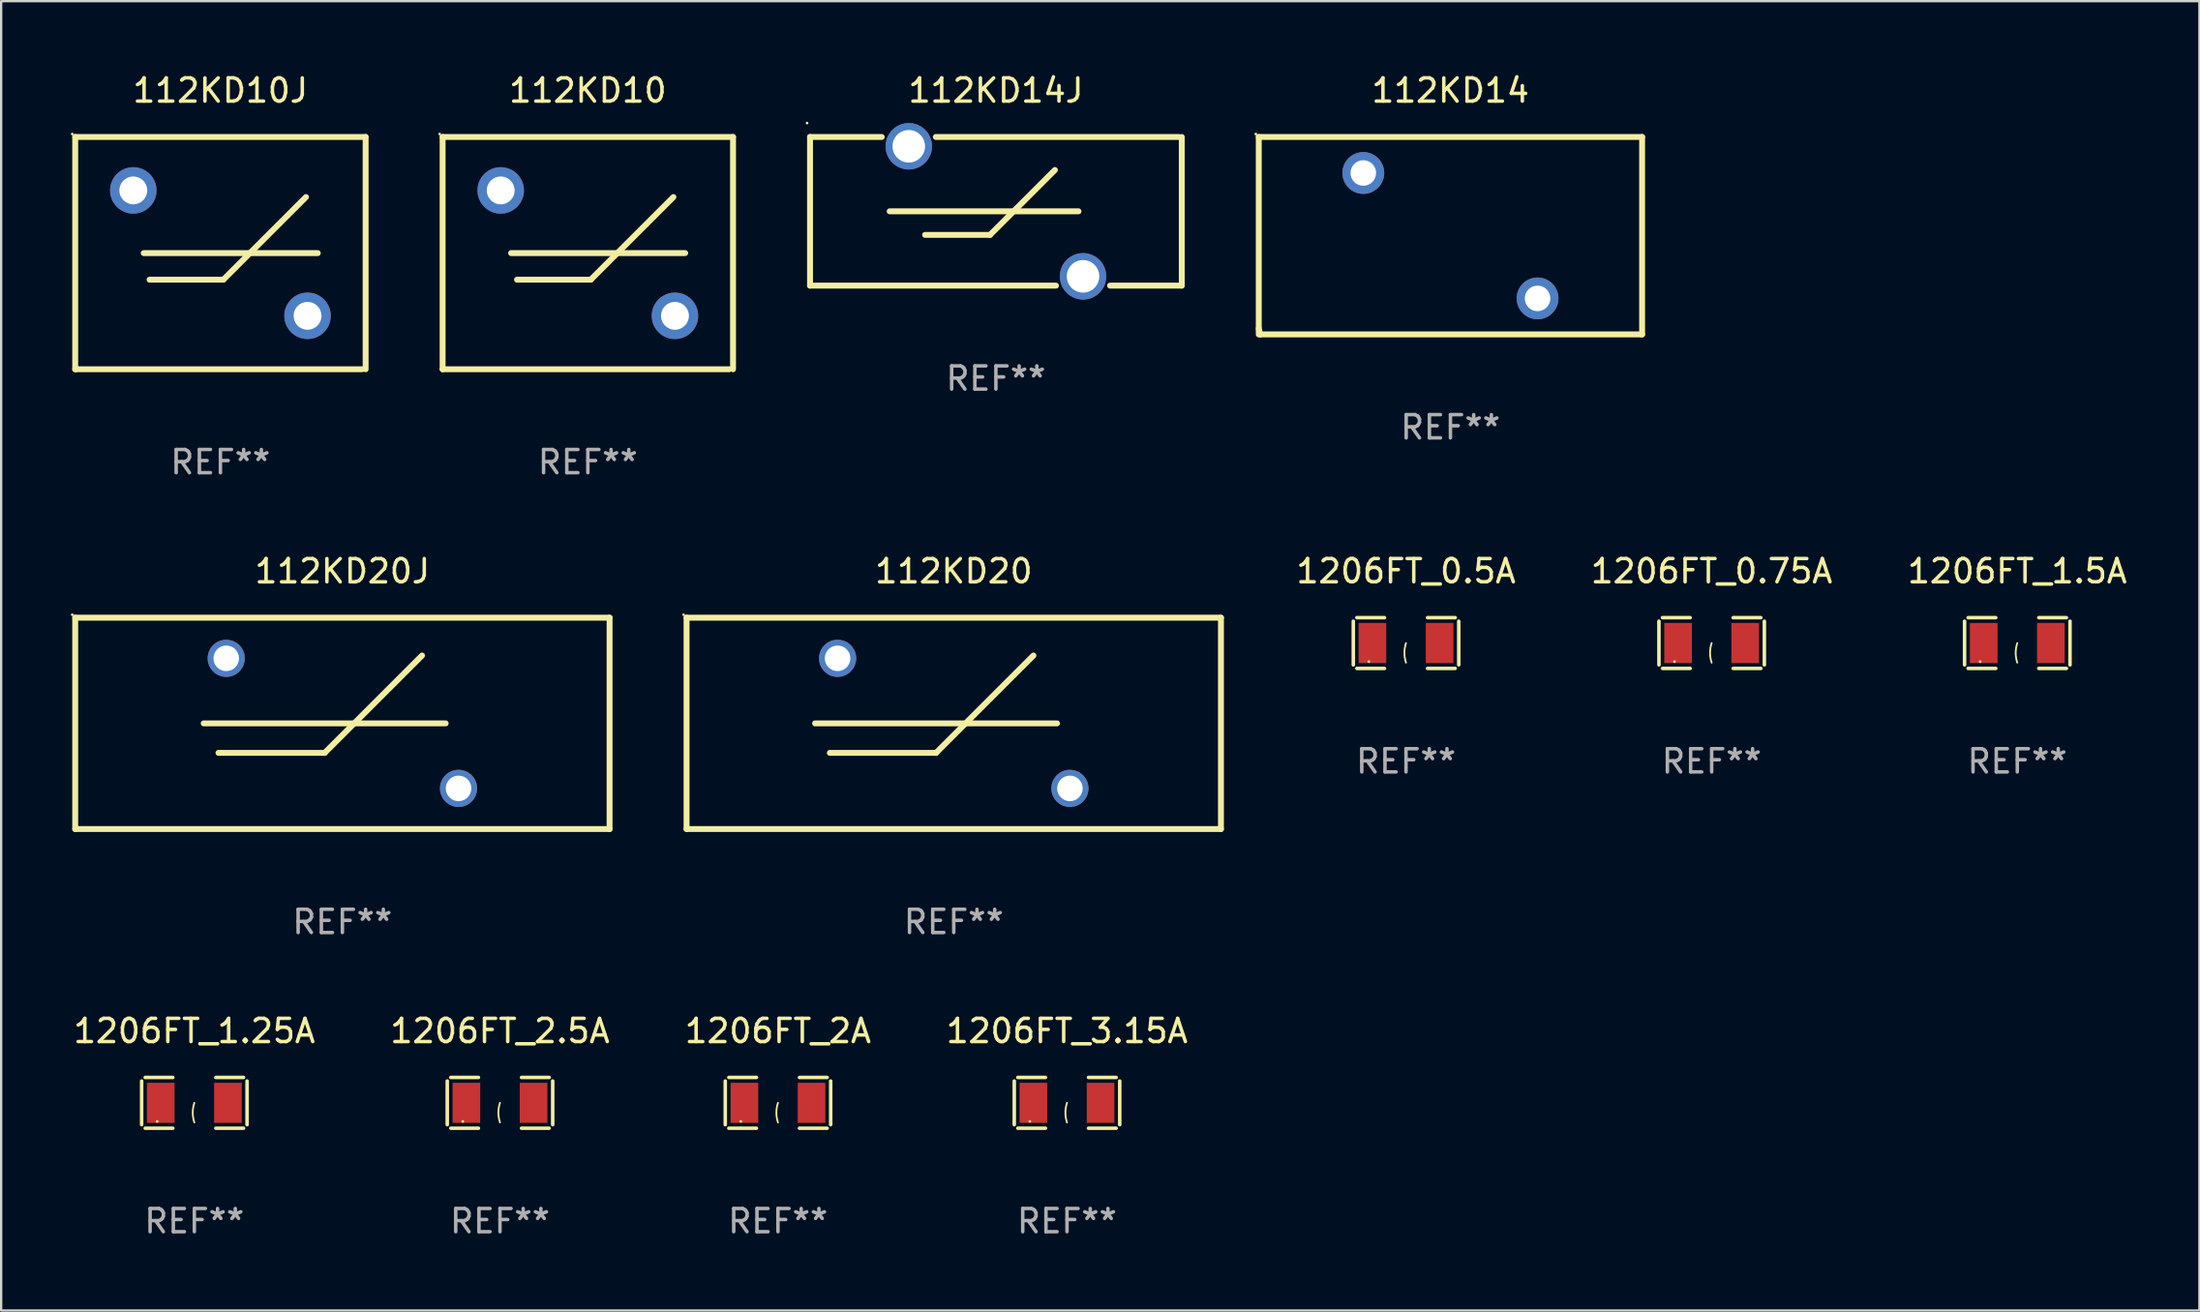
<source format=kicad_pcb>
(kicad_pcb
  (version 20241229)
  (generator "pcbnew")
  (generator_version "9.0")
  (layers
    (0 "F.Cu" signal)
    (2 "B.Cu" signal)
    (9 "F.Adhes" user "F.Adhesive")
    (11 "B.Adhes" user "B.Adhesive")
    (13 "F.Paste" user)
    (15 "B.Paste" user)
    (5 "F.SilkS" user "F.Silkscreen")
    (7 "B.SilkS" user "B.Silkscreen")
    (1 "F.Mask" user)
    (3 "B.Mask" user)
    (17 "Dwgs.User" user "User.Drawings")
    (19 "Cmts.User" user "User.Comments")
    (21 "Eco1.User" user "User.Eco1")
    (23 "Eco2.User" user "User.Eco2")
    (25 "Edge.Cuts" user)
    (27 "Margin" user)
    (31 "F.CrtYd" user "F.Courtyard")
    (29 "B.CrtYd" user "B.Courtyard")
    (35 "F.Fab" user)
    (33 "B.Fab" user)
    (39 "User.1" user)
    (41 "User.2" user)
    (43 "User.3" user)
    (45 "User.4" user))
  (footprint "1206FT_1.25A"
    (layer "F.Cu")
    (at 5.315 44.434)
    (property "Reference" "1206FT_1.25A" (at 0 -3.093 0) (layer "F.SilkS") (effects (font (size 1 1) (thickness 0.15))))
    (attr through_hole)
    (fp_line (start -2.269 -0.94) (end -2.269 0.94) (stroke (width 0.152) (type solid)) (layer "F.SilkS"))
    (fp_line (start -2.116 1.093) (end -0.926 1.093) (stroke (width 0.152) (type solid)) (layer "F.SilkS"))
    (fp_line (start -0.926 -1.093) (end -2.116 -1.093) (stroke (width 0.152) (type solid)) (layer "F.SilkS"))
    (fp_line (start 0.926 -1.093) (end 2.116 -1.093) (stroke (width 0.152) (type solid)) (layer "F.SilkS"))
    (fp_line (start 2.116 1.093) (end 0.926 1.093) (stroke (width 0.152) (type solid)) (layer "F.SilkS"))
    (fp_line (start 2.269 -0.94) (end 2.269 0.94) (stroke (width 0.152) (type solid)) (layer "F.SilkS"))
    (fp_arc (start 0 0.844951) (mid -0.068559 0.422475) (end 0 0) (stroke (width 0.0762) (type solid)) (layer "F.SilkS"))
    (fp_circle (center -1.6 0.8) (end -1.57 0.8) (stroke (width 0.06) (type solid)) (fill no) (layer "F.SilkS"))
    (fp_text user "REF**" (at 0 5.093 0) (layer "F.Fab") (effects (font (size 1 1) (thickness 0.15))))
    (pad "1" smd rect (at -1.445 0) (size 1.19 1.728) (layers "F.Cu" "F.Mask" "F.Paste"))
    (pad "2" smd rect (at 1.445 0) (size 1.19 1.728) (layers "F.Cu" "F.Mask" "F.Paste")))
  (footprint "112KD14"
    (layer "F.Cu")
    (at 59.379 7.098)
    (property "Reference" "112KD14" (at 0 -6.25 0) (layer "F.SilkS") (effects (font (size 1 1) (thickness 0.15))))
    (attr through_hole)
    (fp_line (start -8.25 -4.25) (end 8.25 -4.25) (stroke (width 0.254) (type solid)) (layer "F.SilkS"))
    (fp_line (start -8.25 4.25) (end -8.25 -4.25) (stroke (width 0.254) (type solid)) (layer "F.SilkS"))
    (fp_line (start -8.188 4.25) (end -8.25 4) (stroke (width 0.254) (type solid)) (layer "F.SilkS"))
    (fp_line (start 8.25 -4.25) (end 8.25 4.25) (stroke (width 0.254) (type solid)) (layer "F.SilkS"))
    (fp_line (start 8.25 4.25) (end -8.188 4.25) (stroke (width 0.254) (type solid)) (layer "F.SilkS"))
    (fp_circle (center -8.377 -4.377) (end -8.347 -4.377) (stroke (width 0.06) (type solid)) (fill no) (layer "F.SilkS"))
    (fp_text user "REF**" (at 0 8.25 0) (layer "F.Fab") (effects (font (size 1 1) (thickness 0.15))))
    (pad "1" thru_hole circle (at -3.75 -2.7) (size 1.8 1.8) (drill 1.1) (layers "*.Cu" "*.Mask"))
    (pad "2" thru_hole circle (at 3.75 2.7) (size 1.8 1.8) (drill 1.1) (layers "*.Cu" "*.Mask")))
  (footprint "112KD14J"
    (layer "F.Cu")
    (at 39.815 6.048)
    (property "Reference" "112KD14J" (at 0 -5.2 0) (layer "F.SilkS") (effects (font (size 1 1) (thickness 0.15))))
    (attr through_hole)
    (fp_line (start -8 -3.2) (end -8 3.2) (stroke (width 0.254) (type solid)) (layer "F.SilkS"))
    (fp_line (start -8 -3.2) (end -4.914 -3.2) (stroke (width 0.254) (type solid)) (layer "F.SilkS"))
    (fp_line (start -8 3.2) (end 2.586 3.2) (stroke (width 0.254) (type solid)) (layer "F.SilkS"))
    (fp_line (start -4.572 0) (end 3.556 0) (stroke (width 0.254) (type solid)) (layer "F.SilkS"))
    (fp_line (start -3.048 1.016) (end -0.254 1.016) (stroke (width 0.254) (type solid)) (layer "F.SilkS"))
    (fp_line (start -2.586 -3.2) (end 7.874 -3.2) (stroke (width 0.254) (type solid)) (layer "F.SilkS"))
    (fp_line (start -0.254 1.016) (end 2.54 -1.778) (stroke (width 0.254) (type solid)) (layer "F.SilkS"))
    (fp_line (start 4.914 3.2) (end 8 3.2) (stroke (width 0.254) (type solid)) (layer "F.SilkS"))
    (fp_line (start 8 -3.2) (end 8 3.2) (stroke (width 0.254) (type solid)) (layer "F.SilkS"))
    (fp_circle (center -8.127 -3.8) (end -8.097 -3.8) (stroke (width 0.06) (type solid)) (fill no) (layer "F.SilkS"))
    (fp_text user "REF**" (at 0 7.2 0) (layer "F.Fab") (effects (font (size 1 1) (thickness 0.15))))
    (pad "1" thru_hole circle (at -3.75 -2.8) (size 2 2) (drill 1.4) (layers "*.Cu" "*.Mask"))
    (pad "2" thru_hole circle (at 3.75 2.8) (size 2 2) (drill 1.4) (layers "*.Cu" "*.Mask")))
  (footprint "1206FT_0.75A"
    (layer "F.Cu")
    (at 70.622 24.637)
    (property "Reference" "1206FT_0.75A" (at 0 -3.093 0) (layer "F.SilkS") (effects (font (size 1 1) (thickness 0.15))))
    (attr through_hole)
    (fp_line (start -2.269 -0.94) (end -2.269 0.94) (stroke (width 0.152) (type solid)) (layer "F.SilkS"))
    (fp_line (start -2.116 1.093) (end -0.926 1.093) (stroke (width 0.152) (type solid)) (layer "F.SilkS"))
    (fp_line (start -0.926 -1.093) (end -2.116 -1.093) (stroke (width 0.152) (type solid)) (layer "F.SilkS"))
    (fp_line (start 0.926 -1.093) (end 2.116 -1.093) (stroke (width 0.152) (type solid)) (layer "F.SilkS"))
    (fp_line (start 2.116 1.093) (end 0.926 1.093) (stroke (width 0.152) (type solid)) (layer "F.SilkS"))
    (fp_line (start 2.269 -0.94) (end 2.269 0.94) (stroke (width 0.152) (type solid)) (layer "F.SilkS"))
    (fp_arc (start 0 0.844951) (mid -0.068559 0.422475) (end 0 0) (stroke (width 0.0762) (type solid)) (layer "F.SilkS"))
    (fp_circle (center -1.6 0.8) (end -1.57 0.8) (stroke (width 0.06) (type solid)) (fill no) (layer "F.SilkS"))
    (fp_text user "REF**" (at 0 5.093 0) (layer "F.Fab") (effects (font (size 1 1) (thickness 0.15))))
    (pad "1" smd rect (at -1.445 0) (size 1.19 1.728) (layers "F.Cu" "F.Mask" "F.Paste"))
    (pad "2" smd rect (at 1.445 0) (size 1.19 1.728) (layers "F.Cu" "F.Mask" "F.Paste")))
  (footprint "1206FT_0.5A"
    (layer "F.Cu")
    (at 57.467 24.637)
    (property "Reference" "1206FT_0.5A" (at 0 -3.093 0) (layer "F.SilkS") (effects (font (size 1 1) (thickness 0.15))))
    (attr through_hole)
    (fp_line (start -2.269 -0.94) (end -2.269 0.94) (stroke (width 0.152) (type solid)) (layer "F.SilkS"))
    (fp_line (start -2.116 1.093) (end -0.926 1.093) (stroke (width 0.152) (type solid)) (layer "F.SilkS"))
    (fp_line (start -0.926 -1.093) (end -2.116 -1.093) (stroke (width 0.152) (type solid)) (layer "F.SilkS"))
    (fp_line (start 0.926 -1.093) (end 2.116 -1.093) (stroke (width 0.152) (type solid)) (layer "F.SilkS"))
    (fp_line (start 2.116 1.093) (end 0.926 1.093) (stroke (width 0.152) (type solid)) (layer "F.SilkS"))
    (fp_line (start 2.269 -0.94) (end 2.269 0.94) (stroke (width 0.152) (type solid)) (layer "F.SilkS"))
    (fp_arc (start 0 0.844951) (mid -0.068559 0.422475) (end 0 0) (stroke (width 0.0762) (type solid)) (layer "F.SilkS"))
    (fp_circle (center -1.6 0.8) (end -1.57 0.8) (stroke (width 0.06) (type solid)) (fill no) (layer "F.SilkS"))
    (fp_text user "REF**" (at 0 5.093 0) (layer "F.Fab") (effects (font (size 1 1) (thickness 0.15))))
    (pad "1" smd rect (at -1.445 0) (size 1.19 1.728) (layers "F.Cu" "F.Mask" "F.Paste"))
    (pad "2" smd rect (at 1.445 0) (size 1.19 1.728) (layers "F.Cu" "F.Mask" "F.Paste")))
  (footprint "112KD20"
    (layer "F.Cu")
    (at 38.001 28.095)
    (property "Reference" "112KD20" (at 0 -6.55 0) (layer "F.SilkS") (effects (font (size 1 1) (thickness 0.15))))
    (attr through_hole)
    (fp_line (start -11.5 -4.55) (end -11.5 4.55) (stroke (width 0.254) (type solid)) (layer "F.SilkS"))
    (fp_line (start -11.5 -4.55) (end 11.5 -4.55) (stroke (width 0.254) (type solid)) (layer "F.SilkS"))
    (fp_line (start -11.5 4.55) (end 11.5 4.55) (stroke (width 0.254) (type solid)) (layer "F.SilkS"))
    (fp_line (start -5.969 -0.000013) (end 4.445 -0.000013) (stroke (width 0.254) (type solid)) (layer "F.SilkS"))
    (fp_line (start -5.334 1.27) (end -0.762 1.27) (stroke (width 0.254) (type solid)) (layer "F.SilkS"))
    (fp_line (start -0.762 1.27) (end 3.429 -2.921) (stroke (width 0.254) (type solid)) (layer "F.SilkS"))
    (fp_line (start 11.5 -4.55) (end 11.5 4.55) (stroke (width 0.254) (type solid)) (layer "F.SilkS"))
    (fp_circle (center -11.627 -4.677) (end -11.597 -4.677) (stroke (width 0.06) (type solid)) (fill no) (layer "F.SilkS"))
    (fp_text user "REF**" (at 0 8.55 0) (layer "F.Fab") (effects (font (size 1 1) (thickness 0.15))))
    (pad "1" thru_hole circle (at -5 -2.8) (size 1.6 1.6) (drill 1.1) (layers "*.Cu" "*.Mask"))
    (pad "2" thru_hole circle (at 5 2.8) (size 1.6 1.6) (drill 1.1) (layers "*.Cu" "*.Mask")))
  (footprint "1206FT_2A"
    (layer "F.Cu")
    (at 30.435 44.434)
    (property "Reference" "1206FT_2A" (at 0 -3.093 0) (layer "F.SilkS") (effects (font (size 1 1) (thickness 0.15))))
    (attr through_hole)
    (fp_line (start -2.269 -0.94) (end -2.269 0.94) (stroke (width 0.152) (type solid)) (layer "F.SilkS"))
    (fp_line (start -2.116 1.093) (end -0.926 1.093) (stroke (width 0.152) (type solid)) (layer "F.SilkS"))
    (fp_line (start -0.926 -1.093) (end -2.116 -1.093) (stroke (width 0.152) (type solid)) (layer "F.SilkS"))
    (fp_line (start 0.926 -1.093) (end 2.116 -1.093) (stroke (width 0.152) (type solid)) (layer "F.SilkS"))
    (fp_line (start 2.116 1.093) (end 0.926 1.093) (stroke (width 0.152) (type solid)) (layer "F.SilkS"))
    (fp_line (start 2.269 -0.94) (end 2.269 0.94) (stroke (width 0.152) (type solid)) (layer "F.SilkS"))
    (fp_arc (start 0 0.844951) (mid -0.068559 0.422475) (end 0 0) (stroke (width 0.0762) (type solid)) (layer "F.SilkS"))
    (fp_circle (center -1.6 0.8) (end -1.57 0.8) (stroke (width 0.06) (type solid)) (fill no) (layer "F.SilkS"))
    (fp_text user "REF**" (at 0 5.093 0) (layer "F.Fab") (effects (font (size 1 1) (thickness 0.15))))
    (pad "1" smd rect (at -1.445 0) (size 1.19 1.728) (layers "F.Cu" "F.Mask" "F.Paste"))
    (pad "2" smd rect (at 1.445 0) (size 1.19 1.728) (layers "F.Cu" "F.Mask" "F.Paste")))
  (footprint "112KD10J"
    (layer "F.Cu")
    (at 6.437 7.848)
    (property "Reference" "112KD10J" (at 0 -7 0) (layer "F.SilkS") (effects (font (size 1 1) (thickness 0.15))))
    (attr through_hole)
    (fp_line (start -6.25 -5) (end 6.25 -5) (stroke (width 0.254) (type solid)) (layer "F.SilkS"))
    (fp_line (start -6.25 5) (end -6.25 -5) (stroke (width 0.254) (type solid)) (layer "F.SilkS"))
    (fp_line (start -6.25 5) (end 6.096 5) (stroke (width 0.254) (type solid)) (layer "F.SilkS"))
    (fp_line (start -3.302 0) (end 4.191 0) (stroke (width 0.254) (type solid)) (layer "F.SilkS"))
    (fp_line (start -3.048 1.143) (end 0.127 1.143) (stroke (width 0.254) (type solid)) (layer "F.SilkS"))
    (fp_line (start 0.127 1.143) (end 3.683 -2.413) (stroke (width 0.254) (type solid)) (layer "F.SilkS"))
    (fp_line (start 6.25 -5) (end 6.25 5) (stroke (width 0.254) (type solid)) (layer "F.SilkS"))
    (fp_circle (center -6.377 -5.127) (end -6.347 -5.127) (stroke (width 0.06) (type solid)) (fill no) (layer "F.SilkS"))
    (fp_text user "REF**" (at 0 9 0) (layer "F.Fab") (effects (font (size 1 1) (thickness 0.15))))
    (pad "1" thru_hole circle (at -3.75 -2.7) (size 2 2) (drill 1.2) (layers "*.Cu" "*.Mask"))
    (pad "2" thru_hole circle (at 3.75 2.7) (size 2 2) (drill 1.2) (layers "*.Cu" "*.Mask")))
  (footprint "1206FT_3.15A"
    (layer "F.Cu")
    (at 42.875 44.434)
    (property "Reference" "1206FT_3.15A" (at 0 -3.093 0) (layer "F.SilkS") (effects (font (size 1 1) (thickness 0.15))))
    (attr through_hole)
    (fp_line (start -2.269 -0.94) (end -2.269 0.94) (stroke (width 0.152) (type solid)) (layer "F.SilkS"))
    (fp_line (start -2.116 1.093) (end -0.926 1.093) (stroke (width 0.152) (type solid)) (layer "F.SilkS"))
    (fp_line (start -0.926 -1.093) (end -2.116 -1.093) (stroke (width 0.152) (type solid)) (layer "F.SilkS"))
    (fp_line (start 0.926 -1.093) (end 2.116 -1.093) (stroke (width 0.152) (type solid)) (layer "F.SilkS"))
    (fp_line (start 2.116 1.093) (end 0.926 1.093) (stroke (width 0.152) (type solid)) (layer "F.SilkS"))
    (fp_line (start 2.269 -0.94) (end 2.269 0.94) (stroke (width 0.152) (type solid)) (layer "F.SilkS"))
    (fp_arc (start 0 0.844951) (mid -0.068559 0.422475) (end 0 0) (stroke (width 0.0762) (type solid)) (layer "F.SilkS"))
    (fp_circle (center -1.6 0.8) (end -1.57 0.8) (stroke (width 0.06) (type solid)) (fill no) (layer "F.SilkS"))
    (fp_text user "REF**" (at 0 5.093 0) (layer "F.Fab") (effects (font (size 1 1) (thickness 0.15))))
    (pad "1" smd rect (at -1.445 0) (size 1.19 1.728) (layers "F.Cu" "F.Mask" "F.Paste"))
    (pad "2" smd rect (at 1.445 0) (size 1.19 1.728) (layers "F.Cu" "F.Mask" "F.Paste")))
  (footprint "112KD20J"
    (layer "F.Cu")
    (at 11.687 28.095)
    (property "Reference" "112KD20J" (at 0 -6.55 0) (layer "F.SilkS") (effects (font (size 1 1) (thickness 0.15))))
    (attr through_hole)
    (fp_line (start -11.5 -4.55) (end -11.5 4.55) (stroke (width 0.254) (type solid)) (layer "F.SilkS"))
    (fp_line (start -11.5 -4.55) (end 11.5 -4.55) (stroke (width 0.254) (type solid)) (layer "F.SilkS"))
    (fp_line (start -11.5 4.55) (end 11.5 4.55) (stroke (width 0.254) (type solid)) (layer "F.SilkS"))
    (fp_line (start -5.969 -0.000013) (end 4.445 -0.000013) (stroke (width 0.254) (type solid)) (layer "F.SilkS"))
    (fp_line (start -5.334 1.27) (end -0.762 1.27) (stroke (width 0.254) (type solid)) (layer "F.SilkS"))
    (fp_line (start -0.762 1.27) (end 3.429 -2.921) (stroke (width 0.254) (type solid)) (layer "F.SilkS"))
    (fp_line (start 11.5 -4.55) (end 11.5 4.55) (stroke (width 0.254) (type solid)) (layer "F.SilkS"))
    (fp_circle (center -11.627 -4.677) (end -11.597 -4.677) (stroke (width 0.06) (type solid)) (fill no) (layer "F.SilkS"))
    (fp_text user "REF**" (at 0 8.55 0) (layer "F.Fab") (effects (font (size 1 1) (thickness 0.15))))
    (pad "1" thru_hole circle (at -5 -2.8) (size 1.6 1.6) (drill 1.1) (layers "*.Cu" "*.Mask"))
    (pad "2" thru_hole circle (at 5 2.8) (size 1.6 1.6) (drill 1.1) (layers "*.Cu" "*.Mask")))
  (footprint "1206FT_2.5A"
    (layer "F.Cu")
    (at 18.47 44.434)
    (property "Reference" "1206FT_2.5A" (at 0 -3.093 0) (layer "F.SilkS") (effects (font (size 1 1) (thickness 0.15))))
    (attr through_hole)
    (fp_line (start -2.269 -0.94) (end -2.269 0.94) (stroke (width 0.152) (type solid)) (layer "F.SilkS"))
    (fp_line (start -2.116 1.093) (end -0.926 1.093) (stroke (width 0.152) (type solid)) (layer "F.SilkS"))
    (fp_line (start -0.926 -1.093) (end -2.116 -1.093) (stroke (width 0.152) (type solid)) (layer "F.SilkS"))
    (fp_line (start 0.926 -1.093) (end 2.116 -1.093) (stroke (width 0.152) (type solid)) (layer "F.SilkS"))
    (fp_line (start 2.116 1.093) (end 0.926 1.093) (stroke (width 0.152) (type solid)) (layer "F.SilkS"))
    (fp_line (start 2.269 -0.94) (end 2.269 0.94) (stroke (width 0.152) (type solid)) (layer "F.SilkS"))
    (fp_arc (start 0 0.844951) (mid -0.068559 0.422475) (end 0 0) (stroke (width 0.0762) (type solid)) (layer "F.SilkS"))
    (fp_circle (center -1.6 0.8) (end -1.57 0.8) (stroke (width 0.06) (type solid)) (fill no) (layer "F.SilkS"))
    (fp_text user "REF**" (at 0 5.093 0) (layer "F.Fab") (effects (font (size 1 1) (thickness 0.15))))
    (pad "1" smd rect (at -1.445 0) (size 1.19 1.728) (layers "F.Cu" "F.Mask" "F.Paste"))
    (pad "2" smd rect (at 1.445 0) (size 1.19 1.728) (layers "F.Cu" "F.Mask" "F.Paste")))
  (footprint "1206FT_1.5A"
    (layer "F.Cu")
    (at 83.777 24.637)
    (property "Reference" "1206FT_1.5A" (at 0 -3.093 0) (layer "F.SilkS") (effects (font (size 1 1) (thickness 0.15))))
    (attr through_hole)
    (fp_line (start -2.269 -0.94) (end -2.269 0.94) (stroke (width 0.152) (type solid)) (layer "F.SilkS"))
    (fp_line (start -2.116 1.093) (end -0.926 1.093) (stroke (width 0.152) (type solid)) (layer "F.SilkS"))
    (fp_line (start -0.926 -1.093) (end -2.116 -1.093) (stroke (width 0.152) (type solid)) (layer "F.SilkS"))
    (fp_line (start 0.926 -1.093) (end 2.116 -1.093) (stroke (width 0.152) (type solid)) (layer "F.SilkS"))
    (fp_line (start 2.116 1.093) (end 0.926 1.093) (stroke (width 0.152) (type solid)) (layer "F.SilkS"))
    (fp_line (start 2.269 -0.94) (end 2.269 0.94) (stroke (width 0.152) (type solid)) (layer "F.SilkS"))
    (fp_arc (start 0 0.844951) (mid -0.068559 0.422475) (end 0 0) (stroke (width 0.0762) (type solid)) (layer "F.SilkS"))
    (fp_circle (center -1.6 0.8) (end -1.57 0.8) (stroke (width 0.06) (type solid)) (fill no) (layer "F.SilkS"))
    (fp_text user "REF**" (at 0 5.093 0) (layer "F.Fab") (effects (font (size 1 1) (thickness 0.15))))
    (pad "1" smd rect (at -1.445 0) (size 1.19 1.728) (layers "F.Cu" "F.Mask" "F.Paste"))
    (pad "2" smd rect (at 1.445 0) (size 1.19 1.728) (layers "F.Cu" "F.Mask" "F.Paste")))
  (footprint "112KD10"
    (layer "F.Cu")
    (at 22.251 7.848)
    (property "Reference" "112KD10" (at 0 -7 0) (layer "F.SilkS") (effects (font (size 1 1) (thickness 0.15))))
    (attr through_hole)
    (fp_line (start -6.25 -5) (end 6.25 -5) (stroke (width 0.254) (type solid)) (layer "F.SilkS"))
    (fp_line (start -6.25 5) (end -6.25 -5) (stroke (width 0.254) (type solid)) (layer "F.SilkS"))
    (fp_line (start -6.25 5) (end 6.096 5) (stroke (width 0.254) (type solid)) (layer "F.SilkS"))
    (fp_line (start -3.302 0) (end 4.191 0) (stroke (width 0.254) (type solid)) (layer "F.SilkS"))
    (fp_line (start -3.048 1.143) (end 0.127 1.143) (stroke (width 0.254) (type solid)) (layer "F.SilkS"))
    (fp_line (start 0.127 1.143) (end 3.683 -2.413) (stroke (width 0.254) (type solid)) (layer "F.SilkS"))
    (fp_line (start 6.25 -5) (end 6.25 5) (stroke (width 0.254) (type solid)) (layer "F.SilkS"))
    (fp_circle (center -6.377 -5.127) (end -6.347 -5.127) (stroke (width 0.06) (type solid)) (fill no) (layer "F.SilkS"))
    (fp_text user "REF**" (at 0 9 0) (layer "F.Fab") (effects (font (size 1 1) (thickness 0.15))))
    (pad "1" thru_hole circle (at -3.75 -2.7) (size 2 2) (drill 1.2) (layers "*.Cu" "*.Mask"))
    (pad "2" thru_hole circle (at 3.75 2.7) (size 2 2) (drill 1.2) (layers "*.Cu" "*.Mask")))
  (gr_rect
    (start -3 -3)
    (end 91.616 53.375)
    (stroke (width 0.1) (type default))
    (fill no)
    (layer "Edge.Cuts")))
</source>
